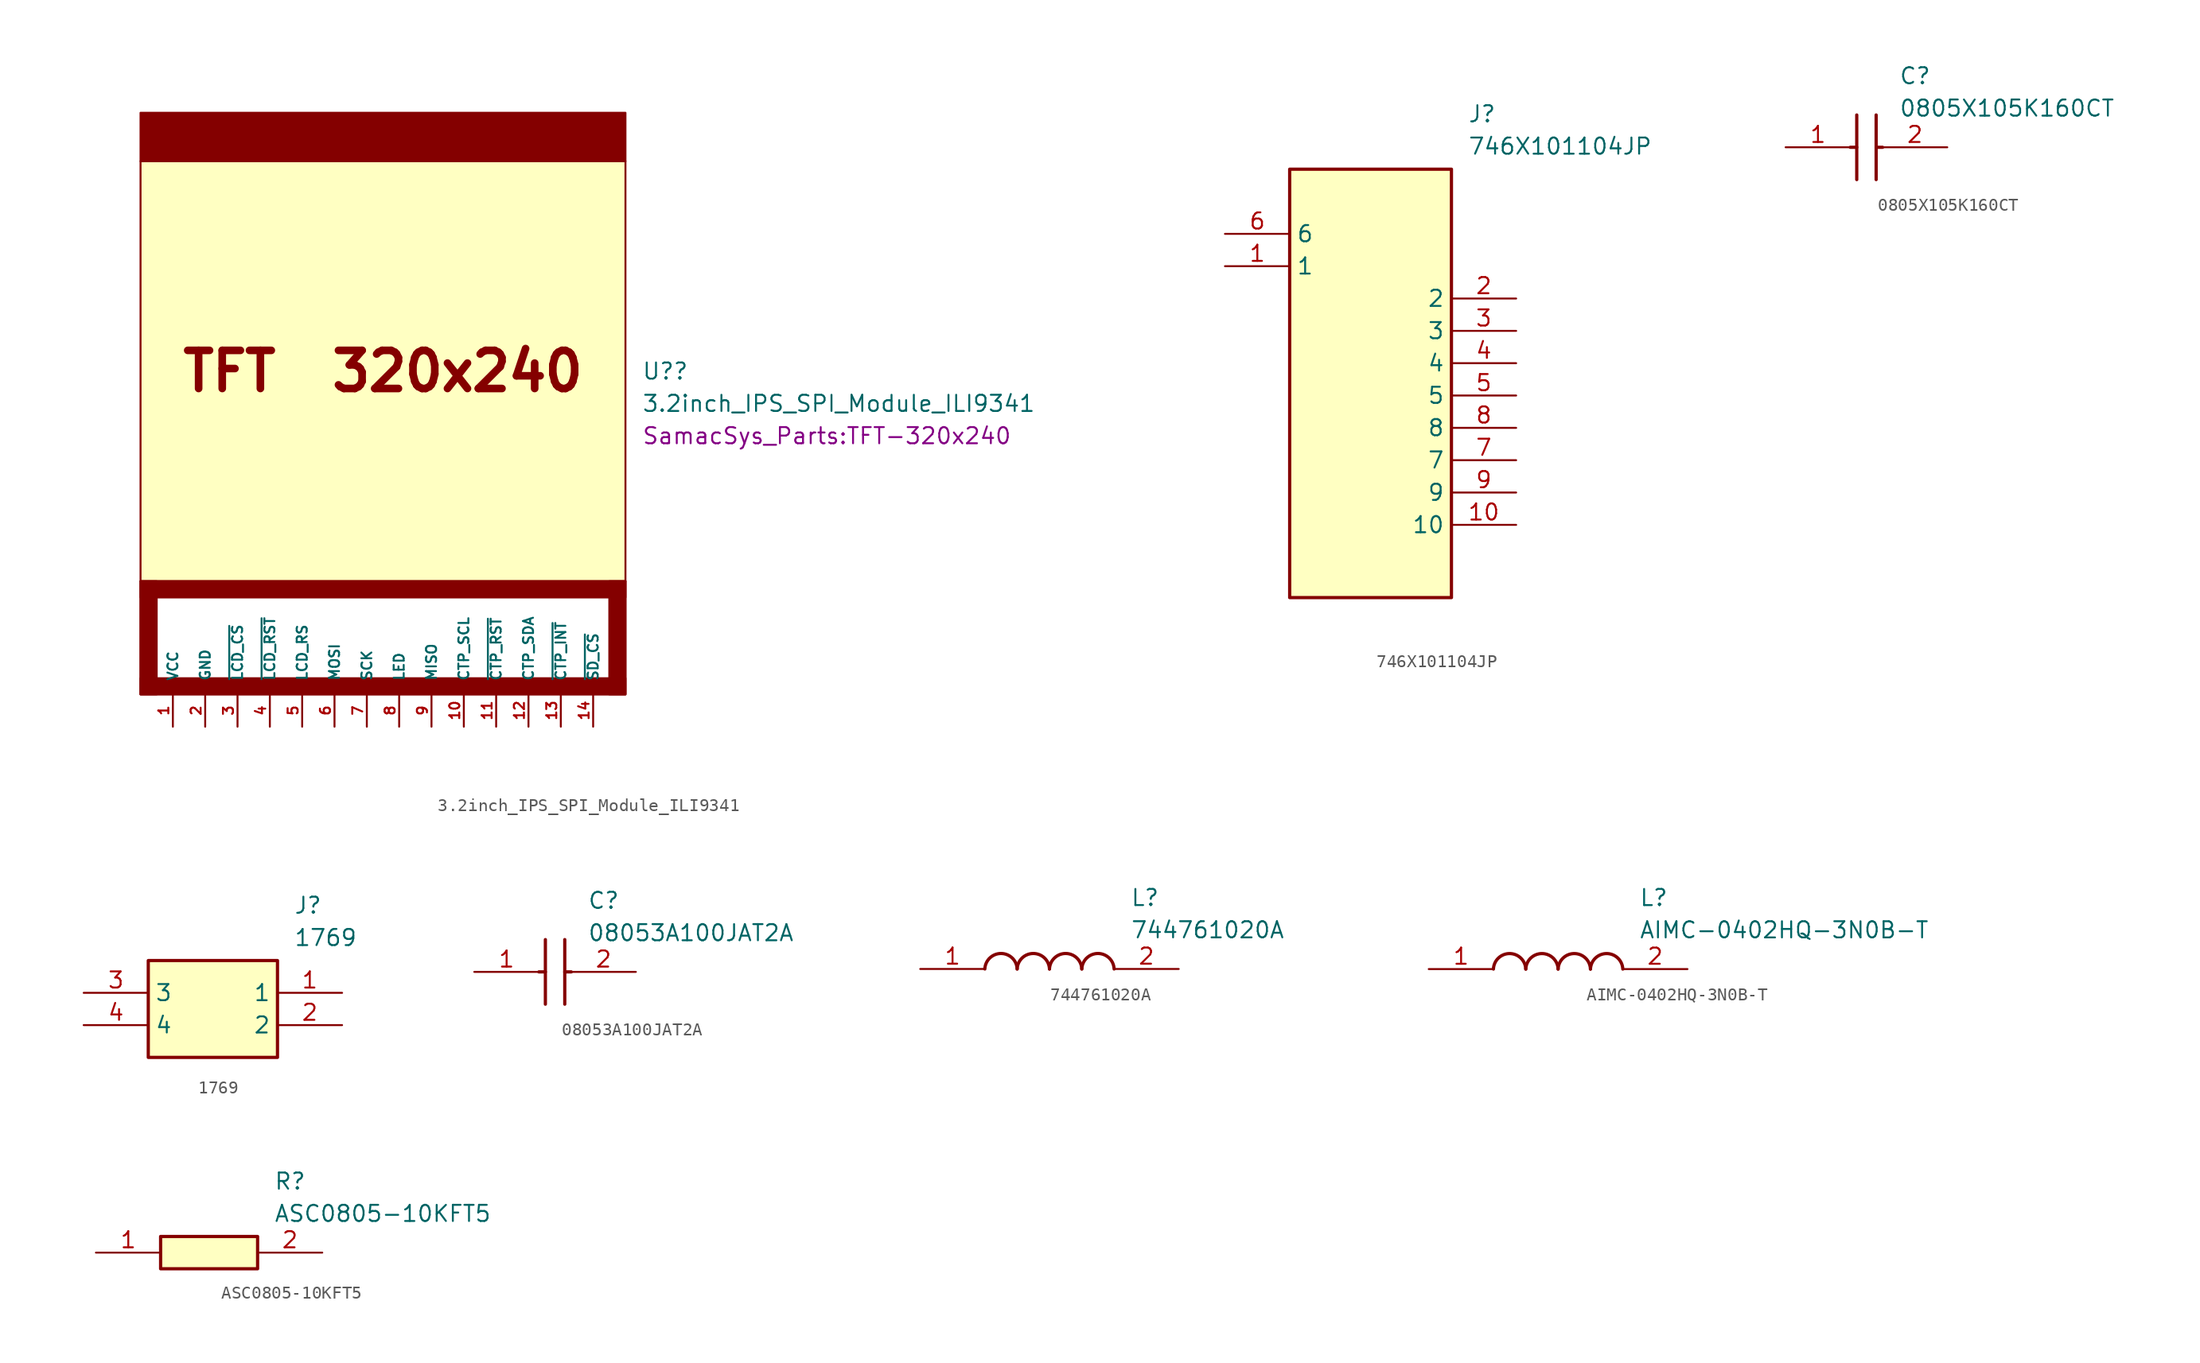
<source format=kicad_sym>
(kicad_symbol_lib
  (version 20241209)
  (generator "kicad_symbol_editor")
  (generator_version "9.0")
  (symbol "3.2inch_IPS_SPI_Module_ILI9341"
    (pin_names
      (offset 1.016))
    (property "Reference" "U?"
      (at 20.32 25.4 0)
      (effects (font (size 1.27 1.27)) (justify left)))
    (property "Value" "3.2inch_IPS_SPI_Module_ILI9341"
      (at 20.32 22.86 0)
      (effects (font (size 1.27 1.27)) (justify left)))
    (property "Footprint" "SamacSys_Parts:TFT-320x240"
      (at 20.32 20.32 0)
      (effects (font (size 1.27 1.27)) (justify left)))
    (symbol "3.2inch_IPS_SPI_Module_ILI9341_0_0"
      (text "TFT  320x240" (at 0 25.4 0) (effects (font (size 2.997 2.997) (bold yes)))))
    (symbol "3.2inch_IPS_SPI_Module_ILI9341_0_1"
      (rectangle (start -19.05 41.91) (end 19.05 45.72) (stroke (width 0) (type default)) (fill (type outline)))
      (rectangle (start -19.05 41.91) (end 19.05 8.89) (stroke (width 0) (type default)) (fill (type background)))
      (rectangle (start -19.05 8.89) (end -17.78 0) (stroke (width 0) (type default)) (fill (type outline)))
      (rectangle (start -19.05 8.89) (end 19.05 7.62) (stroke (width 0) (type default)) (fill (type outline)))
      (rectangle (start -19.05 8.89) (end 19.05 0) (stroke (width 0) (type default)) (fill (type none)))
      (rectangle (start -19.05 1.27) (end 19.05 0) (stroke (width 0) (type default)) (fill (type outline)))
      (rectangle (start 17.78 8.89) (end 19.05 0) (stroke (width 0) (type default)) (fill (type outline))))
    (symbol "3.2inch_IPS_SPI_Module_ILI9341_1_1"
      (pin power_in line (at -16.51 -2.54 90) (length 2.54) (name "VCC" (effects (font (size 0.787 0.787)))) (number "1" (effects (font (size 0.787 0.787)))))
      (pin power_in line (at -13.97 -2.54 90) (length 2.54) (name "GND" (effects (font (size 0.787 0.787)))) (number "2" (effects (font (size 0.787 0.787)))))
      (pin bidirectional line (at -11.43 -2.54 90) (length 2.54) (name "~{LCD_CS}" (effects (font (size 0.787 0.787)))) (number "3" (effects (font (size 0.787 0.787)))))
      (pin bidirectional line (at -8.89 -2.54 90) (length 2.54) (name "~{LCD_RST}" (effects (font (size 0.787 0.787)))) (number "4" (effects (font (size 0.787 0.787)))))
      (pin bidirectional line (at -6.35 -2.54 90) (length 2.54) (name "LCD_RS" (effects (font (size 0.787 0.787)))) (number "5" (effects (font (size 0.787 0.787)))))
      (pin bidirectional line (at -3.81 -2.54 90) (length 2.54) (name "MOSI" (effects (font (size 0.787 0.787)))) (number "6" (effects (font (size 0.787 0.787)))))
      (pin bidirectional line (at -1.27 -2.54 90) (length 2.54) (name "SCK" (effects (font (size 0.787 0.787)))) (number "7" (effects (font (size 0.787 0.787)))))
      (pin power_in line (at 1.27 -2.54 90) (length 2.54) (name "LED" (effects (font (size 0.787 0.787)))) (number "8" (effects (font (size 0.787 0.787)))))
      (pin bidirectional line (at 3.81 -2.54 90) (length 2.54) (name "MISO" (effects (font (size 0.787 0.787)))) (number "9" (effects (font (size 0.787 0.787)))))
      (pin bidirectional line (at 6.35 -2.54 90) (length 2.54) (name "CTP_SCL" (effects (font (size 0.787 0.787)))) (number "10" (effects (font (size 0.787 0.787)))))
      (pin bidirectional line (at 8.89 -2.54 90) (length 2.54) (name "~{CTP_RST}" (effects (font (size 0.787 0.787)))) (number "11" (effects (font (size 0.787 0.787)))))
      (pin bidirectional line (at 11.43 -2.54 90) (length 2.54) (name "CTP_SDA" (effects (font (size 0.787 0.787)))) (number "12" (effects (font (size 0.787 0.787)))))
      (pin bidirectional line (at 13.97 -2.54 90) (length 2.54) (name "~{CTP_INT}" (effects (font (size 0.787 0.787)))) (number "13" (effects (font (size 0.787 0.787)))))
      (pin bidirectional line (at 16.51 -2.54 90) (length 2.54) (name "~{SD_CS}" (effects (font (size 0.787 0.787)))) (number "14" (effects (font (size 0.787 0.787)))))))
  (symbol "746X101104JP"
    (property "Reference" "J"
      (at 19.05 7.62 0)
      (effects (font (size 1.27 1.27)) (justify left top)))
    (property "Value" "746X101104JP"
      (at 19.05 5.08 0)
      (effects (font (size 1.27 1.27)) (justify left top)))
    (symbol "746X101104JP_1_1"
      (rectangle (start 5.08 2.54) (end 17.78 -31.115) (stroke (width 0.254) (type default)) (fill (type background)))
      (pin passive line (at 0 -2.54 0) (length 5.08) (name "6" (effects (font (size 1.27 1.27)))) (number "6" (effects (font (size 1.27 1.27)))))
      (pin passive line (at 0 -5.08 0) (length 5.08) (name "1" (effects (font (size 1.27 1.27)))) (number "1" (effects (font (size 1.27 1.27)))))
      (pin passive line (at 22.86 -7.62 180) (length 5.08) (name "2" (effects (font (size 1.27 1.27)))) (number "2" (effects (font (size 1.27 1.27)))))
      (pin passive line (at 22.86 -10.16 180) (length 5.08) (name "3" (effects (font (size 1.27 1.27)))) (number "3" (effects (font (size 1.27 1.27)))))
      (pin passive line (at 22.86 -12.7 180) (length 5.08) (name "4" (effects (font (size 1.27 1.27)))) (number "4" (effects (font (size 1.27 1.27)))))
      (pin passive line (at 22.86 -15.24 180) (length 5.08) (name "5" (effects (font (size 1.27 1.27)))) (number "5" (effects (font (size 1.27 1.27)))))
      (pin passive line (at 22.86 -17.78 180) (length 5.08) (name "8" (effects (font (size 1.27 1.27)))) (number "8" (effects (font (size 1.27 1.27)))))
      (pin passive line (at 22.86 -20.32 180) (length 5.08) (name "7" (effects (font (size 1.27 1.27)))) (number "7" (effects (font (size 1.27 1.27)))))
      (pin passive line (at 22.86 -22.86 180) (length 5.08) (name "9" (effects (font (size 1.27 1.27)))) (number "9" (effects (font (size 1.27 1.27)))))
      (pin passive line (at 22.86 -25.4 180) (length 5.08) (name "10" (effects (font (size 1.27 1.27)))) (number "10" (effects (font (size 1.27 1.27)))))))
  (symbol "0805X105K160CT"
    (pin_names
      (hide yes))
    (property "Reference" "C"
      (at 8.89 6.35 0)
      (effects (font (size 1.27 1.27)) (justify left top)))
    (property "Value" "0805X105K160CT"
      (at 8.89 3.81 0)
      (effects (font (size 1.27 1.27)) (justify left top)))
    (symbol "0805X105K160CT_1_1"
      (polyline (pts (xy 5.08 0) (xy 5.588 0)) (stroke (width 0.254) (type default)) (fill (type none)))
      (polyline (pts (xy 5.588 2.54) (xy 5.588 -2.54)) (stroke (width 0.254) (type default)) (fill (type none)))
      (polyline (pts (xy 7.112 2.54) (xy 7.112 -2.54)) (stroke (width 0.254) (type default)) (fill (type none)))
      (polyline (pts (xy 7.112 0) (xy 7.62 0)) (stroke (width 0.254) (type default)) (fill (type none)))
      (pin passive line (at 0 0 0) (length 5.08) (name "1" (effects (font (size 1.27 1.27)))) (number "1" (effects (font (size 1.27 1.27)))))
      (pin passive line (at 12.7 0 180) (length 5.08) (name "2" (effects (font (size 1.27 1.27)))) (number "2" (effects (font (size 1.27 1.27)))))))
  (symbol "1769"
    (property "Reference" "J"
      (at 16.51 7.62 0)
      (effects (font (size 1.27 1.27)) (justify left top)))
    (property "Value" "1769"
      (at 16.51 5.08 0)
      (effects (font (size 1.27 1.27)) (justify left top)))
    (symbol "1769_1_1"
      (rectangle (start 5.08 2.54) (end 15.24 -5.08) (stroke (width 0.254) (type default)) (fill (type background)))
      (pin passive line (at 0 0 0) (length 5.08) (name "3" (effects (font (size 1.27 1.27)))) (number "3" (effects (font (size 1.27 1.27)))))
      (pin passive line (at 0 -2.54 0) (length 5.08) (name "4" (effects (font (size 1.27 1.27)))) (number "4" (effects (font (size 1.27 1.27)))))
      (pin passive line (at 20.32 0 180) (length 5.08) (name "1" (effects (font (size 1.27 1.27)))) (number "1" (effects (font (size 1.27 1.27)))))
      (pin passive line (at 20.32 -2.54 180) (length 5.08) (name "2" (effects (font (size 1.27 1.27)))) (number "2" (effects (font (size 1.27 1.27)))))))
  (symbol "08053A100JAT2A"
    (pin_names
      (hide yes))
    (property "Reference" "C"
      (at 8.89 6.35 0)
      (effects (font (size 1.27 1.27)) (justify left top)))
    (property "Value" "08053A100JAT2A"
      (at 8.89 3.81 0)
      (effects (font (size 1.27 1.27)) (justify left top)))
    (symbol "08053A100JAT2A_1_1"
      (polyline (pts (xy 5.08 0) (xy 5.588 0)) (stroke (width 0.254) (type default)) (fill (type none)))
      (polyline (pts (xy 5.588 2.54) (xy 5.588 -2.54)) (stroke (width 0.254) (type default)) (fill (type none)))
      (polyline (pts (xy 7.112 2.54) (xy 7.112 -2.54)) (stroke (width 0.254) (type default)) (fill (type none)))
      (polyline (pts (xy 7.112 0) (xy 7.62 0)) (stroke (width 0.254) (type default)) (fill (type none)))
      (pin passive line (at 0 0 0) (length 5.08) (name "C1" (effects (font (size 1.27 1.27)))) (number "1" (effects (font (size 1.27 1.27)))))
      (pin passive line (at 12.7 0 180) (length 5.08) (name "C2" (effects (font (size 1.27 1.27)))) (number "2" (effects (font (size 1.27 1.27)))))))
  (symbol "744761020A"
    (pin_names
      (hide yes))
    (property "Reference" "L"
      (at 16.51 6.35 0)
      (effects (font (size 1.27 1.27)) (justify left top)))
    (property "Value" "744761020A"
      (at 16.51 3.81 0)
      (effects (font (size 1.27 1.27)) (justify left top)))
    (symbol "744761020A_1_1"
      (arc (start 5.08 0) (mid 6.35 1.219) (end 7.62 0) (stroke (width 0.254) (type default)) (fill (type none)))
      (arc (start 7.62 0) (mid 8.89 1.219) (end 10.16 0) (stroke (width 0.254) (type default)) (fill (type none)))
      (arc (start 10.16 0) (mid 11.43 1.219) (end 12.7 0) (stroke (width 0.254) (type default)) (fill (type none)))
      (arc (start 12.7 0) (mid 13.97 1.219) (end 15.24 0) (stroke (width 0.254) (type default)) (fill (type none)))
      (pin passive line (at 0 0 0) (length 5.08) (name "1" (effects (font (size 1.27 1.27)))) (number "1" (effects (font (size 1.27 1.27)))))
      (pin passive line (at 20.32 0 180) (length 5.08) (name "2" (effects (font (size 1.27 1.27)))) (number "2" (effects (font (size 1.27 1.27)))))))
  (symbol "AIMC-0402HQ-3N0B-T"
    (pin_names
      (hide yes))
    (property "Reference" "L"
      (at 16.51 6.35 0)
      (effects (font (size 1.27 1.27)) (justify left top)))
    (property "Value" "AIMC-0402HQ-3N0B-T"
      (at 16.51 3.81 0)
      (effects (font (size 1.27 1.27)) (justify left top)))
    (symbol "AIMC-0402HQ-3N0B-T_1_1"
      (arc (start 5.08 0) (mid 6.35 1.219) (end 7.62 0) (stroke (width 0.254) (type default)) (fill (type none)))
      (arc (start 7.62 0) (mid 8.89 1.219) (end 10.16 0) (stroke (width 0.254) (type default)) (fill (type none)))
      (arc (start 10.16 0) (mid 11.43 1.219) (end 12.7 0) (stroke (width 0.254) (type default)) (fill (type none)))
      (arc (start 12.7 0) (mid 13.97 1.219) (end 15.24 0) (stroke (width 0.254) (type default)) (fill (type none)))
      (pin passive line (at 0 0 0) (length 5.08) (name "1" (effects (font (size 1.27 1.27)))) (number "1" (effects (font (size 1.27 1.27)))))
      (pin passive line (at 20.32 0 180) (length 5.08) (name "2" (effects (font (size 1.27 1.27)))) (number "2" (effects (font (size 1.27 1.27)))))))
  (symbol "ASC0805-10KFT5"
    (pin_names
      (hide yes))
    (property "Reference" "R"
      (at 13.97 6.35 0)
      (effects (font (size 1.27 1.27)) (justify left top)))
    (property "Value" "ASC0805-10KFT5"
      (at 13.97 3.81 0)
      (effects (font (size 1.27 1.27)) (justify left top)))
    (symbol "ASC0805-10KFT5_1_1"
      (rectangle (start 5.08 1.27) (end 12.7 -1.27) (stroke (width 0.254) (type default)) (fill (type background)))
      (pin passive line (at 0 0 0) (length 5.08) (name "1" (effects (font (size 1.27 1.27)))) (number "1" (effects (font (size 1.27 1.27)))))
      (pin passive line (at 17.78 0 180) (length 5.08) (name "2" (effects (font (size 1.27 1.27)))) (number "2" (effects (font (size 1.27 1.27))))))))
</source>
